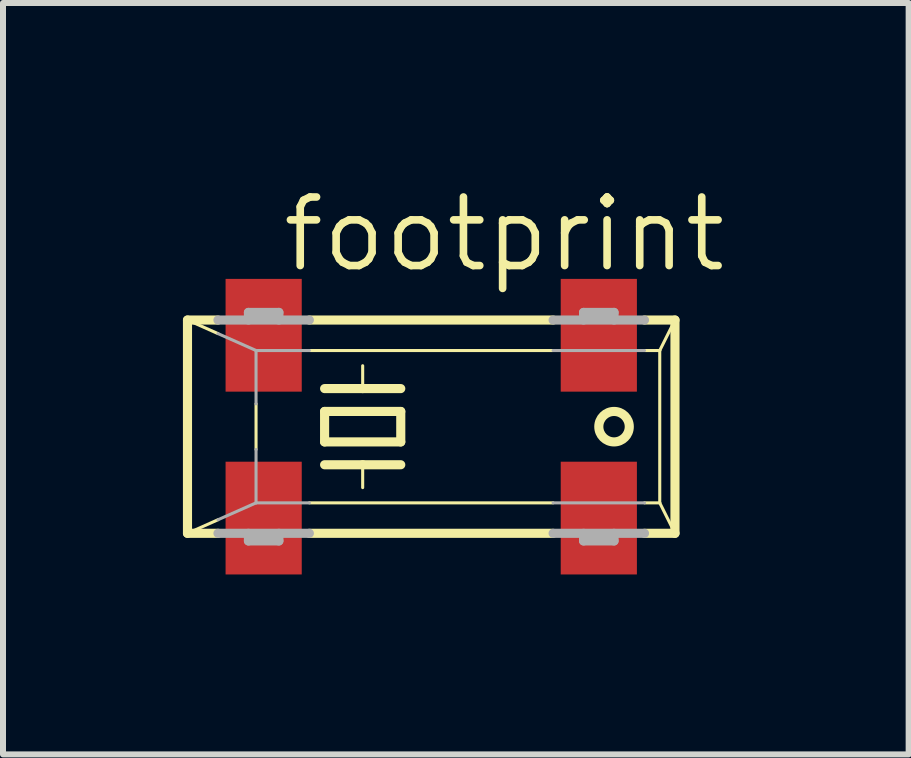
<source format=kicad_pcb>
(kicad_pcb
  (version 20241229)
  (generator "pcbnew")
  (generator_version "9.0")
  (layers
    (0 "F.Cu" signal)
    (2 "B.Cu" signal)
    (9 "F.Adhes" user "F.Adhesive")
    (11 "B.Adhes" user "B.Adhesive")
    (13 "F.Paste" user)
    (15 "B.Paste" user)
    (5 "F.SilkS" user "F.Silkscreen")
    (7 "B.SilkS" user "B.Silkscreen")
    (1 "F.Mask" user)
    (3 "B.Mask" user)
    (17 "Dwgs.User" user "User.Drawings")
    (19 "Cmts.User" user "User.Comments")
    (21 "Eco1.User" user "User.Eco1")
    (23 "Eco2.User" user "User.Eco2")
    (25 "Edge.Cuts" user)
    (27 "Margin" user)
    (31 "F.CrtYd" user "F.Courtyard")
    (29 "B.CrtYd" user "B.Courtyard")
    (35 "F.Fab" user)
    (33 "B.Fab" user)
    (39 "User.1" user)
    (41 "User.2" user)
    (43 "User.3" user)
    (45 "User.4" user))
  (footprint "footprint"
    (layer "F.Cu")
    (at 4.14 4.064)
    (property "Reference" "footprint" (at -2.54 -2.54 0) (layer "F.SilkS") (effects (font (size 1.143 1.143) (thickness 0.127)) (justify left bottom)))
    (fp_line (start -4.064 -1.778) (end -3.556 -1.778) (stroke (width 0.152) (type solid)) (layer "F.SilkS"))
    (fp_line (start -4.064 1.778) (end -4.064 -1.778) (stroke (width 0.152) (type solid)) (layer "F.SilkS"))
    (fp_line (start -4.064 1.778) (end -3.556 1.778) (stroke (width 0.152) (type solid)) (layer "F.SilkS"))
    (fp_line (start -3.556 -1.552) (end -4.064 -1.778) (stroke (width 0.051) (type solid)) (layer "F.SilkS"))
    (fp_line (start -3.556 1.552) (end -4.064 1.778) (stroke (width 0.051) (type solid)) (layer "F.SilkS"))
    (fp_line (start -2.921 -0.381) (end -2.921 0.381) (stroke (width 0.051) (type solid)) (layer "F.SilkS"))
    (fp_line (start -2.032 -1.778) (end 2.032 -1.778) (stroke (width 0.152) (type solid)) (layer "F.SilkS"))
    (fp_line (start -2.032 1.27) (end 2.032 1.27) (stroke (width 0.051) (type solid)) (layer "F.SilkS"))
    (fp_line (start -2.032 1.778) (end 2.032 1.778) (stroke (width 0.152) (type solid)) (layer "F.SilkS"))
    (fp_line (start -1.778 -0.635) (end -1.143 -0.635) (stroke (width 0.152) (type solid)) (layer "F.SilkS"))
    (fp_line (start -1.778 -0.254) (end -1.778 0.254) (stroke (width 0.152) (type solid)) (layer "F.SilkS"))
    (fp_line (start -1.778 0.254) (end -0.508 0.254) (stroke (width 0.152) (type solid)) (layer "F.SilkS"))
    (fp_line (start -1.778 0.635) (end -1.143 0.635) (stroke (width 0.152) (type solid)) (layer "F.SilkS"))
    (fp_line (start -1.143 -0.635) (end -1.143 -1.016) (stroke (width 0.051) (type solid)) (layer "F.SilkS"))
    (fp_line (start -1.143 -0.635) (end -0.508 -0.635) (stroke (width 0.152) (type solid)) (layer "F.SilkS"))
    (fp_line (start -1.143 0.635) (end -1.143 1.016) (stroke (width 0.051) (type solid)) (layer "F.SilkS"))
    (fp_line (start -1.143 0.635) (end -0.508 0.635) (stroke (width 0.152) (type solid)) (layer "F.SilkS"))
    (fp_line (start -0.508 -0.254) (end -1.778 -0.254) (stroke (width 0.152) (type solid)) (layer "F.SilkS"))
    (fp_line (start -0.508 0.254) (end -0.508 -0.254) (stroke (width 0.152) (type solid)) (layer "F.SilkS"))
    (fp_line (start 2.032 -1.27) (end -2.032 -1.27) (stroke (width 0.051) (type solid)) (layer "F.SilkS"))
    (fp_line (start 3.556 -1.778) (end 4.064 -1.778) (stroke (width 0.152) (type solid)) (layer "F.SilkS"))
    (fp_line (start 3.556 1.27) (end 3.81 1.27) (stroke (width 0.051) (type solid)) (layer "F.SilkS"))
    (fp_line (start 3.556 1.778) (end 4.064 1.778) (stroke (width 0.152) (type solid)) (layer "F.SilkS"))
    (fp_line (start 3.81 -1.27) (end 3.556 -1.27) (stroke (width 0.051) (type solid)) (layer "F.SilkS"))
    (fp_line (start 3.81 -1.27) (end 3.81 1.27) (stroke (width 0.051) (type solid)) (layer "F.SilkS"))
    (fp_line (start 3.81 -1.27) (end 4.064 -1.778) (stroke (width 0.051) (type solid)) (layer "F.SilkS"))
    (fp_line (start 3.81 1.27) (end 4.064 1.778) (stroke (width 0.051) (type solid)) (layer "F.SilkS"))
    (fp_line (start 4.064 1.778) (end 4.064 -1.778) (stroke (width 0.152) (type solid)) (layer "F.SilkS"))
    (fp_circle (center 3.048 0) (end 3.302 0) (stroke (width 0.152) (type solid)) (fill no) (layer "F.SilkS"))
    (fp_line (start -3.556 -1.778) (end -2.032 -1.778) (stroke (width 0.152) (type solid)) (layer "F.Fab"))
    (fp_line (start -3.556 1.778) (end -2.032 1.778) (stroke (width 0.152) (type solid)) (layer "F.Fab"))
    (fp_line (start -3.048 -1.905) (end -2.54 -1.905) (stroke (width 0.152) (type solid)) (layer "F.Fab"))
    (fp_line (start -3.048 -1.778) (end -3.048 -1.905) (stroke (width 0.152) (type solid)) (layer "F.Fab"))
    (fp_line (start -3.048 1.905) (end -3.048 1.778) (stroke (width 0.152) (type solid)) (layer "F.Fab"))
    (fp_line (start -3.048 1.905) (end -2.54 1.905) (stroke (width 0.152) (type solid)) (layer "F.Fab"))
    (fp_line (start -2.921 -1.27) (end -3.556 -1.552) (stroke (width 0.051) (type solid)) (layer "F.Fab"))
    (fp_line (start -2.921 -1.27) (end -2.921 -0.381) (stroke (width 0.051) (type solid)) (layer "F.Fab"))
    (fp_line (start -2.921 0.381) (end -2.921 1.27) (stroke (width 0.051) (type solid)) (layer "F.Fab"))
    (fp_line (start -2.921 1.27) (end -3.556 1.552) (stroke (width 0.051) (type solid)) (layer "F.Fab"))
    (fp_line (start -2.921 1.27) (end -2.032 1.27) (stroke (width 0.051) (type solid)) (layer "F.Fab"))
    (fp_line (start -2.54 -1.905) (end -2.54 -1.778) (stroke (width 0.152) (type solid)) (layer "F.Fab"))
    (fp_line (start -2.54 1.905) (end -2.54 1.778) (stroke (width 0.152) (type solid)) (layer "F.Fab"))
    (fp_line (start -2.032 -1.27) (end -2.921 -1.27) (stroke (width 0.051) (type solid)) (layer "F.Fab"))
    (fp_line (start 2.032 -1.778) (end 3.556 -1.778) (stroke (width 0.152) (type solid)) (layer "F.Fab"))
    (fp_line (start 2.032 1.27) (end 3.556 1.27) (stroke (width 0.051) (type solid)) (layer "F.Fab"))
    (fp_line (start 2.032 1.778) (end 3.556 1.778) (stroke (width 0.152) (type solid)) (layer "F.Fab"))
    (fp_line (start 2.54 -1.905) (end 2.54 -1.778) (stroke (width 0.152) (type solid)) (layer "F.Fab"))
    (fp_line (start 2.54 -1.905) (end 3.048 -1.905) (stroke (width 0.152) (type solid)) (layer "F.Fab"))
    (fp_line (start 2.54 1.778) (end 2.54 1.905) (stroke (width 0.152) (type solid)) (layer "F.Fab"))
    (fp_line (start 2.54 1.905) (end 3.048 1.905) (stroke (width 0.152) (type solid)) (layer "F.Fab"))
    (fp_line (start 3.048 -1.778) (end 3.048 -1.905) (stroke (width 0.152) (type solid)) (layer "F.Fab"))
    (fp_line (start 3.048 1.905) (end 3.048 1.778) (stroke (width 0.152) (type solid)) (layer "F.Fab"))
    (fp_line (start 3.556 -1.27) (end 2.032 -1.27) (stroke (width 0.051) (type solid)) (layer "F.Fab"))
    (pad "1" smd rect (at -2.794 1.524) (size 1.27 1.88) (layers "F.Cu" "F.Mask" "F.Paste"))
    (pad "2" smd rect (at 2.794 1.524) (size 1.27 1.88) (layers "F.Cu" "F.Mask" "F.Paste"))
    (pad "3" smd rect (at 2.794 -1.524) (size 1.27 1.88) (layers "F.Cu" "F.Mask" "F.Paste"))
    (pad "4" smd rect (at -2.794 -1.524) (size 1.27 1.88) (layers "F.Cu" "F.Mask" "F.Paste")))
  (gr_rect
    (start -3 -3)
    (end 12.1 9.528)
    (stroke (width 0.1) (type default))
    (fill no)
    (layer "Edge.Cuts")))
</source>
